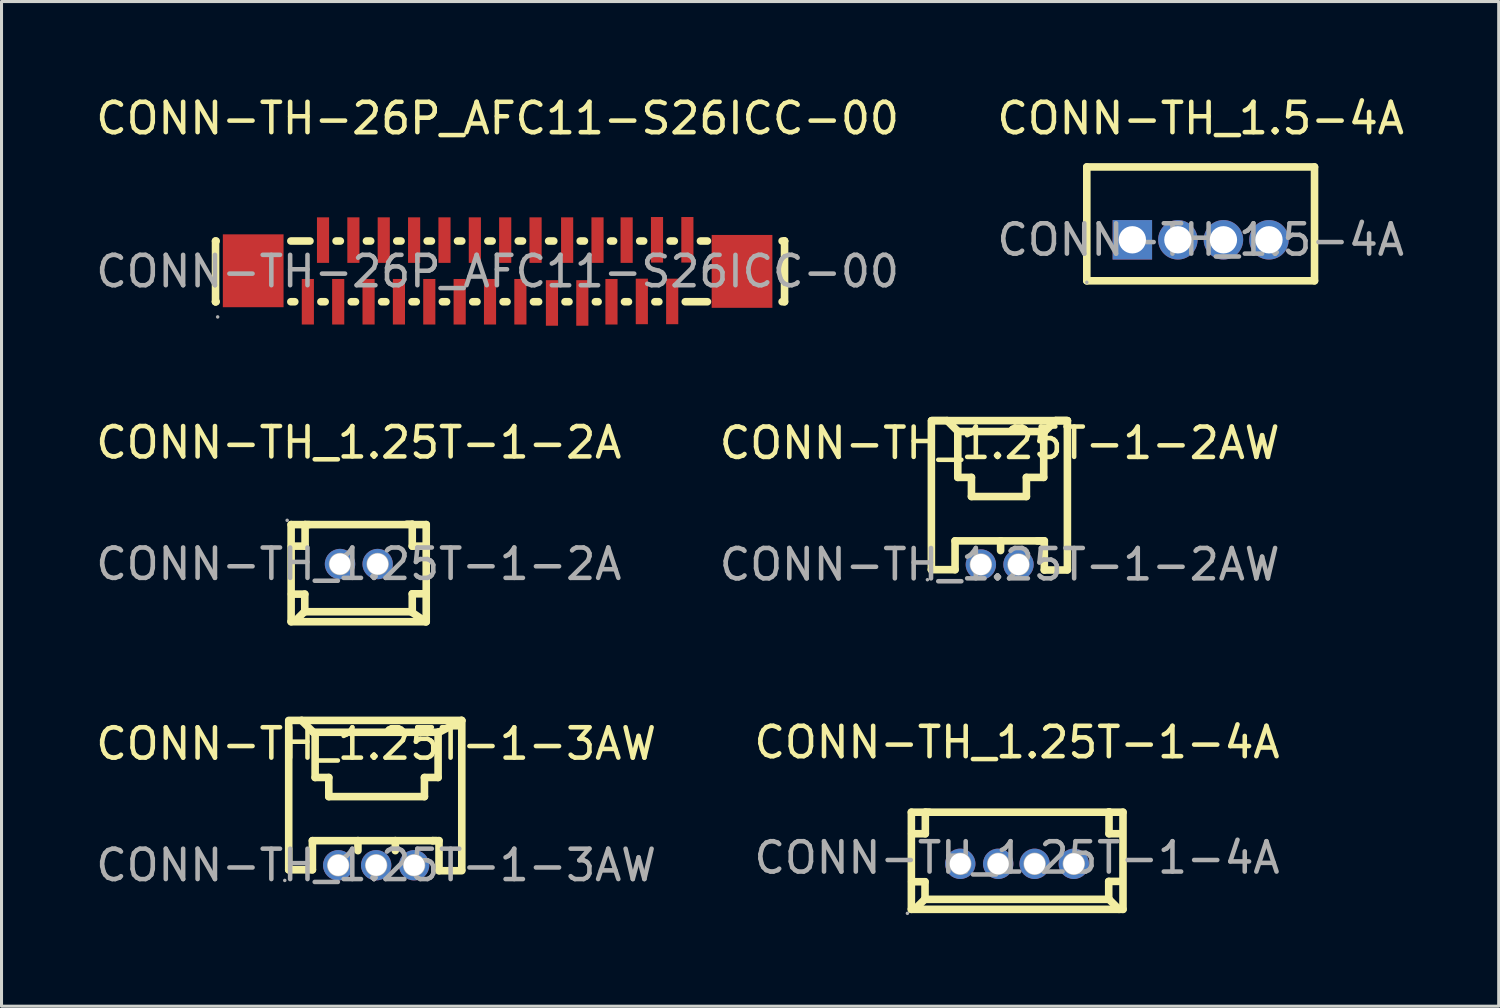
<source format=kicad_pcb>
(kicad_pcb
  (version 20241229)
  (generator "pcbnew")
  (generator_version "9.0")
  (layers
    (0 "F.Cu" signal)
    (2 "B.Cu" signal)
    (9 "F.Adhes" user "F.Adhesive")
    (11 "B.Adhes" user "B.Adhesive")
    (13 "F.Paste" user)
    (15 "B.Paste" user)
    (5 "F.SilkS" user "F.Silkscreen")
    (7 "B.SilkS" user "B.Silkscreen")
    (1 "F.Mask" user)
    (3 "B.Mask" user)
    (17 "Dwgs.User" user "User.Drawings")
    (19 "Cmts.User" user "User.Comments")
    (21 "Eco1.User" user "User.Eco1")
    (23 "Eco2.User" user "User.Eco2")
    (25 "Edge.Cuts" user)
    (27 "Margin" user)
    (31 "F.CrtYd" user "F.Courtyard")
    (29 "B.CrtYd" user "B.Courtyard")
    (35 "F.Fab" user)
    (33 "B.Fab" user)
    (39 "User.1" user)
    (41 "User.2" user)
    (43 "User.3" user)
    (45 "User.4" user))
  (footprint "CONN-TH_1.5-4A"
    (layer "F.Cu")
    (at 36.494 4.848)
    (property "Reference" "CONN-TH_1.5-4A" (at 0 -4 0) (layer "F.SilkS") (effects (font (size 1 1) (thickness 0.15))))
    (attr through_hole)
    (fp_line (start -3.75 -2.4) (end -3.75 1.35) (stroke (width 0.25) (type solid)) (layer "F.SilkS"))
    (fp_line (start -3.75 -2.4) (end 3.75 -2.4) (stroke (width 0.25) (type solid)) (layer "F.SilkS"))
    (fp_line (start -3.75 1.35) (end 3.75 1.35) (stroke (width 0.25) (type solid)) (layer "F.SilkS"))
    (fp_line (start 3.75 -2.4) (end 3.75 1.35) (stroke (width 0.25) (type solid)) (layer "F.SilkS"))
    (fp_circle (center -3.75 1.4) (end -3.72 1.4) (stroke (width 0.06) (type solid)) (fill no) (layer "F.Fab"))
    (fp_circle (center -2.25 0) (end -2.07 0) (stroke (width 0.35) (type solid)) (fill no) (layer "F.Fab"))
    (fp_circle (center -0.75 0) (end -0.57 0) (stroke (width 0.35) (type solid)) (fill no) (layer "F.Fab"))
    (fp_circle (center 0.75 0) (end 0.93 0) (stroke (width 0.35) (type solid)) (fill no) (layer "F.Fab"))
    (fp_circle (center 2.25 0) (end 2.43 0) (stroke (width 0.35) (type solid)) (fill no) (layer "F.Fab"))
    (fp_text user "${REFERENCE}" (at 0 0 0) (layer "F.Fab") (effects (font (size 1 1) (thickness 0.15))))
    (pad "1" thru_hole rect (at -2.25 0) (size 1.3 1.3) (drill 0.9) (layers "*.Cu" "*.Paste" "*.Mask"))
    (pad "2" thru_hole circle (at -0.75 0) (size 1.3 1.3) (drill 0.9) (layers "*.Cu" "*.Paste" "*.Mask"))
    (pad "3" thru_hole circle (at 0.75 0) (size 1.3 1.3) (drill 0.9) (layers "*.Cu" "*.Paste" "*.Mask"))
    (pad "4" thru_hole circle (at 2.25 0) (size 1.3 1.3) (drill 0.9) (layers "*.Cu" "*.Paste" "*.Mask")))
  (footprint "CONN-TH-26P_AFC11-S26ICC-00"
    (layer "F.Cu")
    (at 13.339 5.888)
    (property "Reference" "CONN-TH-26P_AFC11-S26ICC-00" (at 0 -5.04 0) (layer "F.SilkS") (effects (font (size 1 1) (thickness 0.15))))
    (attr through_hole)
    (fp_line (start -9.29 -1) (end -9.29 1) (stroke (width 0.25) (type solid)) (layer "F.SilkS"))
    (fp_line (start -9.29 1) (end -9.29 1) (stroke (width 0.25) (type solid)) (layer "F.SilkS"))
    (fp_line (start -9.29 1) (end -9.27 1) (stroke (width 0.25) (type solid)) (layer "F.SilkS"))
    (fp_line (start -9.27 -1) (end -9.29 -1) (stroke (width 0.25) (type solid)) (layer "F.SilkS"))
    (fp_line (start -6.81 1) (end -6.68 1) (stroke (width 0.25) (type solid)) (layer "F.SilkS"))
    (fp_line (start -6.18 -1) (end -6.81 -1) (stroke (width 0.25) (type solid)) (layer "F.SilkS"))
    (fp_line (start -5.82 1) (end -5.68 1) (stroke (width 0.25) (type solid)) (layer "F.SilkS"))
    (fp_line (start -5.18 -1) (end -5.32 -1) (stroke (width 0.25) (type solid)) (layer "F.SilkS"))
    (fp_line (start -4.82 1) (end -4.68 1) (stroke (width 0.25) (type solid)) (layer "F.SilkS"))
    (fp_line (start -4.18 -1) (end -4.32 -1) (stroke (width 0.25) (type solid)) (layer "F.SilkS"))
    (fp_line (start -3.82 1) (end -3.68 1) (stroke (width 0.25) (type solid)) (layer "F.SilkS"))
    (fp_line (start -3.18 -1) (end -3.32 -1) (stroke (width 0.25) (type solid)) (layer "F.SilkS"))
    (fp_line (start -2.82 1) (end -2.68 1) (stroke (width 0.25) (type solid)) (layer "F.SilkS"))
    (fp_line (start -2.18 -1) (end -2.32 -1) (stroke (width 0.25) (type solid)) (layer "F.SilkS"))
    (fp_line (start -1.82 1) (end -1.68 1) (stroke (width 0.25) (type solid)) (layer "F.SilkS"))
    (fp_line (start -1.18 -1) (end -1.32 -1) (stroke (width 0.25) (type solid)) (layer "F.SilkS"))
    (fp_line (start -0.82 1) (end -0.68 1) (stroke (width 0.25) (type solid)) (layer "F.SilkS"))
    (fp_line (start -0.18 -1) (end -0.32 -1) (stroke (width 0.25) (type solid)) (layer "F.SilkS"))
    (fp_line (start 0.18 1) (end 0.31 1) (stroke (width 0.25) (type solid)) (layer "F.SilkS"))
    (fp_line (start 0.82 -1) (end 0.68 -1) (stroke (width 0.25) (type solid)) (layer "F.SilkS"))
    (fp_line (start 1.18 1) (end 1.35 1) (stroke (width 0.25) (type solid)) (layer "F.SilkS"))
    (fp_line (start 1.85 -1) (end 1.68 -1) (stroke (width 0.25) (type solid)) (layer "F.SilkS"))
    (fp_line (start 2.22 1) (end 2.35 1) (stroke (width 0.25) (type solid)) (layer "F.SilkS"))
    (fp_line (start 2.86 -1) (end 2.72 -1) (stroke (width 0.25) (type solid)) (layer "F.SilkS"))
    (fp_line (start 3.22 1) (end 3.31 1) (stroke (width 0.25) (type solid)) (layer "F.SilkS"))
    (fp_line (start 3.82 -1) (end 3.72 -1) (stroke (width 0.25) (type solid)) (layer "F.SilkS"))
    (fp_line (start 4.18 1) (end 4.31 1) (stroke (width 0.25) (type solid)) (layer "F.SilkS"))
    (fp_line (start 4.81 -1) (end 4.68 -1) (stroke (width 0.25) (type solid)) (layer "F.SilkS"))
    (fp_line (start 5.18 1) (end 5.31 1) (stroke (width 0.25) (type solid)) (layer "F.SilkS"))
    (fp_line (start 5.82 -1) (end 5.68 -1) (stroke (width 0.25) (type solid)) (layer "F.SilkS"))
    (fp_line (start 6.18 1) (end 6.91 1) (stroke (width 0.25) (type solid)) (layer "F.SilkS"))
    (fp_line (start 6.91 -1) (end 6.68 -1) (stroke (width 0.25) (type solid)) (layer "F.SilkS"))
    (fp_line (start 9.37 1) (end 9.45 1) (stroke (width 0.25) (type solid)) (layer "F.SilkS"))
    (fp_line (start 9.45 -1) (end 9.37 -1) (stroke (width 0.25) (type solid)) (layer "F.SilkS"))
    (fp_line (start 9.45 -1) (end 9.45 -1) (stroke (width 0.25) (type solid)) (layer "F.SilkS"))
    (fp_line (start 9.45 1) (end 9.45 -1) (stroke (width 0.25) (type solid)) (layer "F.SilkS"))
    (fp_circle (center -9.22 1.5) (end -9.19 1.5) (stroke (width 0.06) (type solid)) (fill no) (layer "F.Fab"))
    (fp_text user "${REFERENCE}" (at 0 0 0) (layer "F.Fab") (effects (font (size 1 1) (thickness 0.15))))
    (pad "1" smd rect (at -6.25 1) (size 0.4 1.5) (layers "F.Cu" "F.Mask" "F.Paste"))
    (pad "2" smd rect (at -5.75 -1.03) (size 0.4 1.5) (layers "F.Cu" "F.Mask" "F.Paste"))
    (pad "3" smd rect (at -5.25 1) (size 0.4 1.5) (layers "F.Cu" "F.Mask" "F.Paste"))
    (pad "4" smd rect (at -4.75 -1.03) (size 0.4 1.5) (layers "F.Cu" "F.Mask" "F.Paste"))
    (pad "5" smd rect (at -4.25 1) (size 0.4 1.5) (layers "F.Cu" "F.Mask" "F.Paste"))
    (pad "6" smd rect (at -3.75 -1.03) (size 0.4 1.5) (layers "F.Cu" "F.Mask" "F.Paste"))
    (pad "7" smd rect (at -3.25 1) (size 0.4 1.5) (layers "F.Cu" "F.Mask" "F.Paste"))
    (pad "8" smd rect (at -2.75 -1.03) (size 0.4 1.5) (layers "F.Cu" "F.Mask" "F.Paste"))
    (pad "9" smd rect (at -2.25 1) (size 0.4 1.5) (layers "F.Cu" "F.Mask" "F.Paste"))
    (pad "10" smd rect (at -1.75 -1.03) (size 0.4 1.5) (layers "F.Cu" "F.Mask" "F.Paste"))
    (pad "11" smd rect (at -1.25 1) (size 0.4 1.5) (layers "F.Cu" "F.Mask" "F.Paste"))
    (pad "12" smd rect (at -0.75 -1.03) (size 0.4 1.5) (layers "F.Cu" "F.Mask" "F.Paste"))
    (pad "13" smd rect (at -0.25 1) (size 0.4 1.5) (layers "F.Cu" "F.Mask" "F.Paste"))
    (pad "14" smd rect (at 0.25 -1.03) (size 0.4 1.5) (layers "F.Cu" "F.Mask" "F.Paste"))
    (pad "15" smd rect (at 0.75 1) (size 0.4 1.5) (layers "F.Cu" "F.Mask" "F.Paste"))
    (pad "16" smd rect (at 1.25 -1.03) (size 0.4 1.5) (layers "F.Cu" "F.Mask" "F.Paste"))
    (pad "17" smd rect (at 1.79 1.04) (size 0.4 1.5) (layers "F.Cu" "F.Mask" "F.Paste"))
    (pad "18" smd rect (at 2.29 -1.03) (size 0.4 1.5) (layers "F.Cu" "F.Mask" "F.Paste"))
    (pad "19" smd rect (at 2.79 1.04) (size 0.4 1.5) (layers "F.Cu" "F.Mask" "F.Paste"))
    (pad "20" smd rect (at 3.29 -1.03) (size 0.4 1.5) (layers "F.Cu" "F.Mask" "F.Paste"))
    (pad "21" smd rect (at 3.75 1) (size 0.4 1.5) (layers "F.Cu" "F.Mask" "F.Paste"))
    (pad "22" smd rect (at 4.25 -1.03) (size 0.4 1.5) (layers "F.Cu" "F.Mask" "F.Paste"))
    (pad "23" smd rect (at 4.75 0.99) (size 0.4 1.5) (layers "F.Cu" "F.Mask" "F.Paste"))
    (pad "24" smd rect (at 5.25 -1.04) (size 0.4 1.5) (layers "F.Cu" "F.Mask" "F.Paste"))
    (pad "25" smd rect (at 5.75 0.99) (size 0.4 1.5) (layers "F.Cu" "F.Mask" "F.Paste"))
    (pad "26" smd rect (at 6.25 -1.04) (size 0.4 1.5) (layers "F.Cu" "F.Mask" "F.Paste"))
    (pad "27" smd rect (at 8.05 0 90) (size 2.4 2) (layers "F.Cu" "F.Mask" "F.Paste"))
    (pad "28" smd rect (at -8.05 -0.02 90) (size 2.4 2) (layers "F.Cu" "F.Mask" "F.Paste")))
  (footprint "CONN-TH_1.25T-1-4A"
    (layer "F.Cu")
    (at 30.446 25.2)
    (property "Reference" "CONN-TH_1.25T-1-4A" (at 0 -3.8 0) (layer "F.SilkS") (effects (font (size 1 1) (thickness 0.15))))
    (attr through_hole)
    (fp_line (start -3.48 -1.5) (end -3.48 1.7) (stroke (width 0.25) (type solid)) (layer "F.SilkS"))
    (fp_line (start -3.48 -1.5) (end 3.49 -1.5) (stroke (width 0.25) (type solid)) (layer "F.SilkS"))
    (fp_line (start -3.48 1.7) (end 3.49 1.7) (stroke (width 0.25) (type solid)) (layer "F.SilkS"))
    (fp_line (start -3.47 -0.79) (end -3.02 -0.79) (stroke (width 0.25) (type solid)) (layer "F.SilkS"))
    (fp_line (start -3.47 1.68) (end -3.35 1.68) (stroke (width 0.25) (type solid)) (layer "F.SilkS"))
    (fp_line (start -3.35 1.68) (end -3.04 1.37) (stroke (width 0.25) (type solid)) (layer "F.SilkS"))
    (fp_line (start -3.04 1.37) (end 3.03 1.37) (stroke (width 0.25) (type solid)) (layer "F.SilkS"))
    (fp_line (start -3.03 0.79) (end -3.47 0.79) (stroke (width 0.25) (type solid)) (layer "F.SilkS"))
    (fp_line (start -3.03 1.37) (end -3.03 0.79) (stroke (width 0.25) (type solid)) (layer "F.SilkS"))
    (fp_line (start -3.02 -1.5) (end -2.89 -1.5) (stroke (width 0.25) (type solid)) (layer "F.SilkS"))
    (fp_line (start -3.02 -0.79) (end -3.02 -1.5) (stroke (width 0.25) (type solid)) (layer "F.SilkS"))
    (fp_line (start 3.02 0.78) (end 3.46 0.78) (stroke (width 0.25) (type solid)) (layer "F.SilkS"))
    (fp_line (start 3.02 1.36) (end 3.02 0.78) (stroke (width 0.25) (type solid)) (layer "F.SilkS"))
    (fp_line (start 3.03 -1.51) (end 3.03 -1.47) (stroke (width 0.25) (type solid)) (layer "F.SilkS"))
    (fp_line (start 3.03 -0.79) (end 3.03 -1.51) (stroke (width 0.25) (type solid)) (layer "F.SilkS"))
    (fp_line (start 3.03 1.37) (end 3.36 1.7) (stroke (width 0.25) (type solid)) (layer "F.SilkS"))
    (fp_line (start 3.45 -0.79) (end 3.03 -0.79) (stroke (width 0.25) (type solid)) (layer "F.SilkS"))
    (fp_line (start 3.49 -1.5) (end 3.49 1.7) (stroke (width 0.25) (type solid)) (layer "F.SilkS"))
    (fp_circle (center -3.61 1.83) (end -3.58 1.83) (stroke (width 0.06) (type solid)) (fill no) (layer "F.Fab"))
    (fp_circle (center -1.87 0.2) (end -1.75 0.2) (stroke (width 0.25) (type solid)) (fill no) (layer "F.Fab"))
    (fp_circle (center -0.62 0.2) (end -0.5 0.2) (stroke (width 0.25) (type solid)) (fill no) (layer "F.Fab"))
    (fp_circle (center 0.58 0.2) (end 0.7 0.2) (stroke (width 0.25) (type solid)) (fill no) (layer "F.Fab"))
    (fp_circle (center 1.87 0.2) (end 1.99 0.2) (stroke (width 0.25) (type solid)) (fill no) (layer "F.Fab"))
    (fp_text user "${REFERENCE}" (at 0 0 0) (layer "F.Fab") (effects (font (size 1 1) (thickness 0.15))))
    (pad "1" thru_hole circle (at -1.87 0.2) (size 1 1) (drill 0.7) (layers "*.Cu" "*.Paste" "*.Mask"))
    (pad "2" thru_hole circle (at -0.62 0.2) (size 1 1) (drill 0.7) (layers "*.Cu" "*.Paste" "*.Mask"))
    (pad "3" thru_hole circle (at 0.58 0.2) (size 1 1) (drill 0.7) (layers "*.Cu" "*.Paste" "*.Mask"))
    (pad "4" thru_hole circle (at 1.87 0.2) (size 1 1) (drill 0.7) (layers "*.Cu" "*.Paste" "*.Mask")))
  (footprint "CONN-TH_1.25T-1-3AW"
    (layer "F.Cu")
    (at 9.339 25.447)
    (property "Reference" "CONN-TH_1.25T-1-3AW" (at 0 -4 0) (layer "F.SilkS") (effects (font (size 1 1) (thickness 0.15))))
    (attr through_hole)
    (fp_line (start -2.88 -4.77) (end -2.46 -4.77) (stroke (width 0.25) (type solid)) (layer "F.SilkS"))
    (fp_line (start -2.88 -4.75) (end -2.88 0.15) (stroke (width 0.25) (type solid)) (layer "F.SilkS"))
    (fp_line (start -2.88 0.15) (end -2.1 0.15) (stroke (width 0.25) (type solid)) (layer "F.SilkS"))
    (fp_line (start -2.46 -4.77) (end -2.07 -4.38) (stroke (width 0.25) (type solid)) (layer "F.SilkS"))
    (fp_line (start -2.43 -4.77) (end 2.79 -4.77) (stroke (width 0.25) (type solid)) (layer "F.SilkS"))
    (fp_line (start -2.1 -0.81) (end -0.6 -0.81) (stroke (width 0.25) (type solid)) (layer "F.SilkS"))
    (fp_line (start -2.1 0.15) (end -2.1 -0.81) (stroke (width 0.25) (type solid)) (layer "F.SilkS"))
    (fp_line (start -2.07 -4.38) (end 2.07 -4.38) (stroke (width 0.25) (type solid)) (layer "F.SilkS"))
    (fp_line (start -2.01 -4.36) (end -2.01 -2.89) (stroke (width 0.25) (type solid)) (layer "F.SilkS"))
    (fp_line (start -2.01 -2.89) (end -1.56 -2.89) (stroke (width 0.25) (type solid)) (layer "F.SilkS"))
    (fp_line (start -1.56 -2.89) (end -1.56 -2.26) (stroke (width 0.25) (type solid)) (layer "F.SilkS"))
    (fp_line (start -1.56 -2.26) (end 1.59 -2.26) (stroke (width 0.25) (type solid)) (layer "F.SilkS"))
    (fp_line (start -0.6 -0.81) (end -0.6 -0.48) (stroke (width 0.25) (type solid)) (layer "F.SilkS"))
    (fp_line (start -0.6 -0.81) (end 0.63 -0.81) (stroke (width 0.25) (type solid)) (layer "F.SilkS"))
    (fp_line (start 0.63 -0.81) (end 0.63 -0.48) (stroke (width 0.25) (type solid)) (layer "F.SilkS"))
    (fp_line (start 0.63 -0.81) (end 1.86 -0.81) (stroke (width 0.25) (type solid)) (layer "F.SilkS"))
    (fp_line (start 1.59 -2.89) (end 2.04 -2.89) (stroke (width 0.25) (type solid)) (layer "F.SilkS"))
    (fp_line (start 1.59 -2.26) (end 1.59 -2.89) (stroke (width 0.25) (type solid)) (layer "F.SilkS"))
    (fp_line (start 1.86 -0.81) (end 1.98 -0.81) (stroke (width 0.25) (type solid)) (layer "F.SilkS"))
    (fp_line (start 2.04 -4.38) (end 2.04 -4.38) (stroke (width 0.25) (type solid)) (layer "F.SilkS"))
    (fp_line (start 2.04 -2.89) (end 2.04 -4.38) (stroke (width 0.25) (type solid)) (layer "F.SilkS"))
    (fp_line (start 2.07 -4.38) (end 2.82 -4.77) (stroke (width 0.25) (type solid)) (layer "F.SilkS"))
    (fp_line (start 2.07 -0.81) (end 1.86 -0.81) (stroke (width 0.25) (type solid)) (layer "F.SilkS"))
    (fp_line (start 2.07 0.18) (end 2.07 -0.81) (stroke (width 0.25) (type solid)) (layer "F.SilkS"))
    (fp_line (start 2.82 -4.77) (end 2.82 -4.77) (stroke (width 0.25) (type solid)) (layer "F.SilkS"))
    (fp_line (start 2.82 -4.75) (end 2.82 0.15) (stroke (width 0.25) (type solid)) (layer "F.SilkS"))
    (fp_line (start 2.82 0.18) (end 2.07 0.18) (stroke (width 0.25) (type solid)) (layer "F.SilkS"))
    (fp_circle (center -3.01 0.5) (end -2.98 0.5) (stroke (width 0.06) (type solid)) (fill no) (layer "F.Fab"))
    (fp_circle (center -1.25 0) (end -1.13 0) (stroke (width 0.25) (type solid)) (fill no) (layer "F.Fab"))
    (fp_circle (center 0 0) (end 0.12 0) (stroke (width 0.25) (type solid)) (fill no) (layer "F.Fab"))
    (fp_circle (center 1.25 0) (end 1.37 0) (stroke (width 0.25) (type solid)) (fill no) (layer "F.Fab"))
    (fp_text user "${REFERENCE}" (at 0 0 0) (layer "F.Fab") (effects (font (size 1 1) (thickness 0.15))))
    (pad "1" thru_hole circle (at -1.25 0) (size 1 1) (drill 0.7) (layers "*.Cu" "*.Paste" "*.Mask"))
    (pad "2" thru_hole circle (at 0 0) (size 1 1) (drill 0.7) (layers "*.Cu" "*.Paste" "*.Mask"))
    (pad "3" thru_hole circle (at 1.25 0) (size 1 1) (drill 0.7) (layers "*.Cu" "*.Paste" "*.Mask")))
  (footprint "CONN-TH_1.25T-1-2AW"
    (layer "F.Cu")
    (at 29.875 15.543)
    (property "Reference" "CONN-TH_1.25T-1-2AW" (at 0 -4 0) (layer "F.SilkS") (effects (font (size 1 1) (thickness 0.15))))
    (attr through_hole)
    (fp_line (start -2.25 -4.73) (end -2.25 0.17) (stroke (width 0.25) (type solid)) (layer "F.SilkS"))
    (fp_line (start -2.25 0.17) (end -1.47 0.17) (stroke (width 0.25) (type solid)) (layer "F.SilkS"))
    (fp_line (start -2.24 -4.74) (end -1.73 -4.74) (stroke (width 0.25) (type solid)) (layer "F.SilkS"))
    (fp_line (start -2.24 -4.74) (end 2.21 -4.74) (stroke (width 0.25) (type solid)) (layer "F.SilkS"))
    (fp_line (start -1.73 -4.74) (end -1.37 -4.38) (stroke (width 0.25) (type solid)) (layer "F.SilkS"))
    (fp_line (start -1.47 -0.78) (end 0.03 -0.78) (stroke (width 0.25) (type solid)) (layer "F.SilkS"))
    (fp_line (start -1.47 0.17) (end -1.47 -0.78) (stroke (width 0.25) (type solid)) (layer "F.SilkS"))
    (fp_line (start -1.38 -4.34) (end -1.38 -2.87) (stroke (width 0.25) (type solid)) (layer "F.SilkS"))
    (fp_line (start -1.38 -2.87) (end -0.93 -2.87) (stroke (width 0.25) (type solid)) (layer "F.SilkS"))
    (fp_line (start -1.37 -4.38) (end -1.37 -4.35) (stroke (width 0.25) (type solid)) (layer "F.SilkS"))
    (fp_line (start -1.37 -4.38) (end 1.48 -4.38) (stroke (width 0.25) (type solid)) (layer "F.SilkS"))
    (fp_line (start -0.93 -2.87) (end -0.93 -2.24) (stroke (width 0.25) (type solid)) (layer "F.SilkS"))
    (fp_line (start -0.93 -2.24) (end 0.88 -2.24) (stroke (width 0.25) (type solid)) (layer "F.SilkS"))
    (fp_line (start 0.03 -0.78) (end 0.03 -0.46) (stroke (width 0.25) (type solid)) (layer "F.SilkS"))
    (fp_line (start 0.04 -0.78) (end 1.39 -0.78) (stroke (width 0.25) (type solid)) (layer "F.SilkS"))
    (fp_line (start 0.88 -2.87) (end 1.45 -2.87) (stroke (width 0.25) (type solid)) (layer "F.SilkS"))
    (fp_line (start 0.88 -2.24) (end 0.88 -2.87) (stroke (width 0.25) (type solid)) (layer "F.SilkS"))
    (fp_line (start 1.45 -4.35) (end 1.45 -4.17) (stroke (width 0.25) (type solid)) (layer "F.SilkS"))
    (fp_line (start 1.45 -2.87) (end 1.45 -4.35) (stroke (width 0.25) (type solid)) (layer "F.SilkS"))
    (fp_line (start 1.47 -0.78) (end 1.24 -0.78) (stroke (width 0.25) (type solid)) (layer "F.SilkS"))
    (fp_line (start 1.47 0.18) (end 1.47 -0.78) (stroke (width 0.25) (type solid)) (layer "F.SilkS"))
    (fp_line (start 1.48 -4.38) (end 1.84 -4.74) (stroke (width 0.25) (type solid)) (layer "F.SilkS"))
    (fp_line (start 1.84 -4.74) (end 2.23 -4.74) (stroke (width 0.25) (type solid)) (layer "F.SilkS"))
    (fp_line (start 2.23 -4.74) (end 1.84 -4.74) (stroke (width 0.25) (type solid)) (layer "F.SilkS"))
    (fp_line (start 2.23 -4.73) (end 2.23 0.17) (stroke (width 0.25) (type solid)) (layer "F.SilkS"))
    (fp_line (start 2.23 0.18) (end 1.47 0.18) (stroke (width 0.25) (type solid)) (layer "F.SilkS"))
    (fp_circle (center -2.38 0.5) (end -2.35 0.5) (stroke (width 0.06) (type solid)) (fill no) (layer "F.Fab"))
    (fp_circle (center -0.62 0) (end -0.5 0) (stroke (width 0.25) (type solid)) (fill no) (layer "F.Fab"))
    (fp_circle (center 0.62 0) (end 0.74 0) (stroke (width 0.25) (type solid)) (fill no) (layer "F.Fab"))
    (fp_text user "${REFERENCE}" (at 0 0 0) (layer "F.Fab") (effects (font (size 1 1) (thickness 0.15))))
    (pad "1" thru_hole circle (at -0.62 0) (size 1 1) (drill 0.7) (layers "*.Cu" "*.Paste" "*.Mask"))
    (pad "2" thru_hole circle (at 0.62 0) (size 1 1) (drill 0.7) (layers "*.Cu" "*.Paste" "*.Mask")))
  (footprint "CONN-TH_1.25T-1-2A"
    (layer "F.Cu")
    (at 8.768 15.527)
    (property "Reference" "CONN-TH_1.25T-1-2A" (at 0 -4 0) (layer "F.SilkS") (effects (font (size 1 1) (thickness 0.15))))
    (attr through_hole)
    (fp_line (start -2.23 -1.3) (end -2.23 1.9) (stroke (width 0.25) (type solid)) (layer "F.SilkS"))
    (fp_line (start -2.23 -1.3) (end 2.22 -1.3) (stroke (width 0.25) (type solid)) (layer "F.SilkS"))
    (fp_line (start -2.23 1.9) (end 2.22 1.9) (stroke (width 0.25) (type solid)) (layer "F.SilkS"))
    (fp_line (start -2.22 -0.59) (end -1.77 -0.59) (stroke (width 0.25) (type solid)) (layer "F.SilkS"))
    (fp_line (start -2.22 1.88) (end -2.1 1.88) (stroke (width 0.25) (type solid)) (layer "F.SilkS"))
    (fp_line (start -2.1 1.88) (end -1.79 1.57) (stroke (width 0.25) (type solid)) (layer "F.SilkS"))
    (fp_line (start -1.79 1.57) (end 1.72 1.57) (stroke (width 0.25) (type solid)) (layer "F.SilkS"))
    (fp_line (start -1.78 0.99) (end -2.22 0.99) (stroke (width 0.25) (type solid)) (layer "F.SilkS"))
    (fp_line (start -1.78 1.57) (end -1.78 0.99) (stroke (width 0.25) (type solid)) (layer "F.SilkS"))
    (fp_line (start -1.77 -1.3) (end -1.64 -1.3) (stroke (width 0.25) (type solid)) (layer "F.SilkS"))
    (fp_line (start -1.77 -0.59) (end -1.77 -1.3) (stroke (width 0.25) (type solid)) (layer "F.SilkS"))
    (fp_line (start 1.72 1.57) (end 2.2 1.9) (stroke (width 0.25) (type solid)) (layer "F.SilkS"))
    (fp_line (start 1.76 -1.31) (end 1.58 -1.31) (stroke (width 0.25) (type solid)) (layer "F.SilkS"))
    (fp_line (start 1.76 -0.59) (end 1.76 -1.31) (stroke (width 0.25) (type solid)) (layer "F.SilkS"))
    (fp_line (start 1.76 0.98) (end 2.2 0.98) (stroke (width 0.25) (type solid)) (layer "F.SilkS"))
    (fp_line (start 1.76 1.56) (end 1.76 0.98) (stroke (width 0.25) (type solid)) (layer "F.SilkS"))
    (fp_line (start 2.18 -0.59) (end 1.76 -0.59) (stroke (width 0.25) (type solid)) (layer "F.SilkS"))
    (fp_line (start 2.22 -1.3) (end 2.22 1.9) (stroke (width 0.25) (type solid)) (layer "F.SilkS"))
    (fp_circle (center -2.36 -1.44) (end -2.33 -1.44) (stroke (width 0.06) (type solid)) (fill no) (layer "F.Fab"))
    (fp_circle (center -0.62 0) (end -0.5 0) (stroke (width 0.25) (type solid)) (fill no) (layer "F.Fab"))
    (fp_circle (center 0.62 0) (end 0.74 0) (stroke (width 0.25) (type solid)) (fill no) (layer "F.Fab"))
    (fp_text user "${REFERENCE}" (at 0 0 0) (layer "F.Fab") (effects (font (size 1 1) (thickness 0.15))))
    (pad "1" thru_hole circle (at -0.62 0) (size 1 1) (drill 0.7) (layers "*.Cu" "*.Paste" "*.Mask"))
    (pad "2" thru_hole circle (at 0.62 0) (size 1 1) (drill 0.7) (layers "*.Cu" "*.Paste" "*.Mask")))
  (gr_rect
    (start -3 -3)
    (end 46.31 30.09)
    (stroke (width 0.1) (type default))
    (fill no)
    (layer "Edge.Cuts")))
</source>
